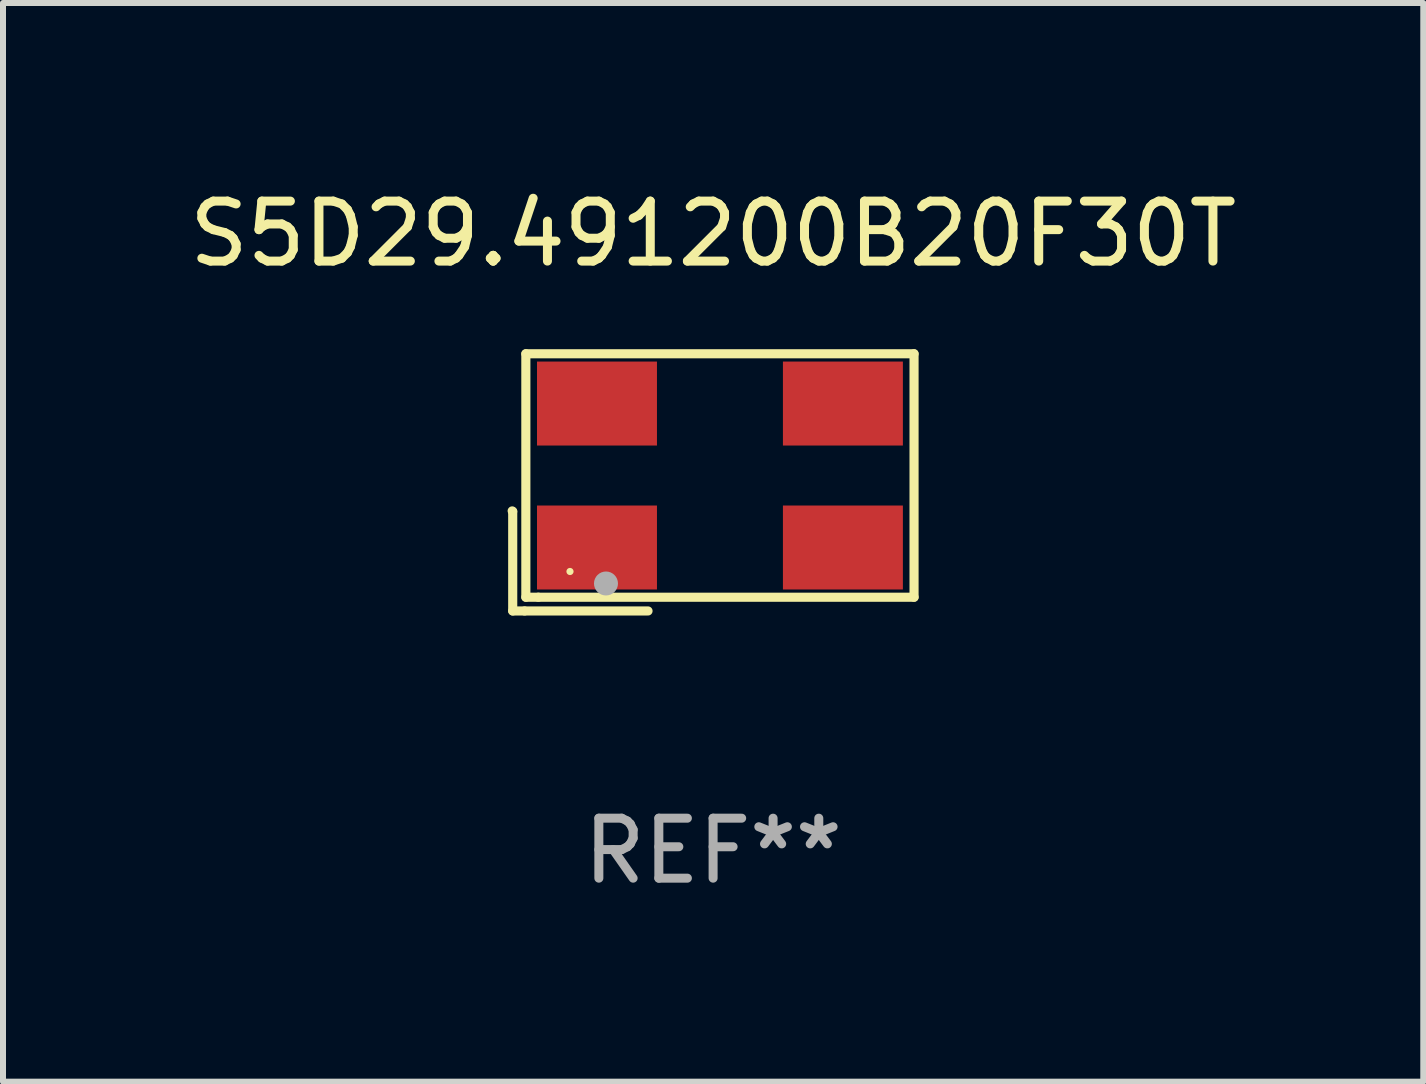
<source format=kicad_pcb>
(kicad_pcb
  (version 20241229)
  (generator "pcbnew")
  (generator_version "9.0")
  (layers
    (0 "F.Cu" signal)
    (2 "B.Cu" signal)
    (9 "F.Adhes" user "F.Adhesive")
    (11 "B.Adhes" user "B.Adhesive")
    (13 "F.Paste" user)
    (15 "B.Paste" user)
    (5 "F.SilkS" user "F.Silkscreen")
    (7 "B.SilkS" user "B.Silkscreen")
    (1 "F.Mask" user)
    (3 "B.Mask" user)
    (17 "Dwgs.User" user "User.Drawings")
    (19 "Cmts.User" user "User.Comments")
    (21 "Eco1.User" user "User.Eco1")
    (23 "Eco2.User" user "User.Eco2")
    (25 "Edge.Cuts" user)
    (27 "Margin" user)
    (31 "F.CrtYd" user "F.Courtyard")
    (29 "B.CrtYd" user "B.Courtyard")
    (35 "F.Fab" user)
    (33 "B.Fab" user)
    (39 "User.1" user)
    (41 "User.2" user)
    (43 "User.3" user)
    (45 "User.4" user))
  (footprint "S5D29.491200B20F30T"
    (layer "F.Cu")
    (at 8.839 4.992)
    (property "Reference" "S5D29.491200B20F30T" (at 0 -4.144 0) (layer "F.SilkS") (effects (font (size 1 1) (thickness 0.15))))
    (attr through_hole)
    (fp_line (start -3.35 0.476) (end -3.341 0.485) (stroke (width 0.152) (type solid)) (layer "F.SilkS"))
    (fp_line (start -3.341 0.485) (end -3.341 2.144) (stroke (width 0.152) (type solid)) (layer "F.SilkS"))
    (fp_line (start -3.341 2.144) (end -3.143 2.144) (stroke (width 0.152) (type solid)) (layer "F.SilkS"))
    (fp_line (start -3.143 2.144) (end -1.085 2.144) (stroke (width 0.152) (type solid)) (layer "F.SilkS"))
    (fp_line (start -3.122 -2.144) (end 3.35 -2.144) (stroke (width 0.152) (type solid)) (layer "F.SilkS"))
    (fp_line (start -3.122 1.915) (end -3.122 -2.144) (stroke (width 0.152) (type solid)) (layer "F.SilkS"))
    (fp_line (start -2.914 1.915) (end -3.122 1.915) (stroke (width 0.152) (type solid)) (layer "F.SilkS"))
    (fp_line (start 3.35 -2.144) (end 3.35 1.915) (stroke (width 0.152) (type solid)) (layer "F.SilkS"))
    (fp_line (start 3.35 1.915) (end -2.914 1.915) (stroke (width 0.152) (type solid)) (layer "F.SilkS"))
    (fp_circle (center -2.386 1.486) (end -2.356 1.486) (stroke (width 0.06) (type solid)) (fill no) (layer "F.SilkS"))
    (fp_circle (center -1.786 1.686) (end -1.686 1.686) (stroke (width 0.2) (type solid)) (fill no) (layer "F.Fab"))
    (fp_text user "REF**" (at 0 6.144 0) (layer "F.Fab") (effects (font (size 1 1) (thickness 0.15))))
    (pad "1" smd rect (at -1.936 1.086) (size 2 1.4) (layers "F.Cu" "F.Mask" "F.Paste"))
    (pad "2" smd rect (at 2.164 1.086) (size 2 1.4) (layers "F.Cu" "F.Mask" "F.Paste"))
    (pad "3" smd rect (at 2.164 -1.314) (size 2 1.4) (layers "F.Cu" "F.Mask" "F.Paste"))
    (pad "4" smd rect (at -1.936 -1.314) (size 2 1.4) (layers "F.Cu" "F.Mask" "F.Paste")))
  (gr_rect
    (start -3 -3)
    (end 20.679 14.984)
    (stroke (width 0.1) (type default))
    (fill no)
    (layer "Edge.Cuts")))
</source>
